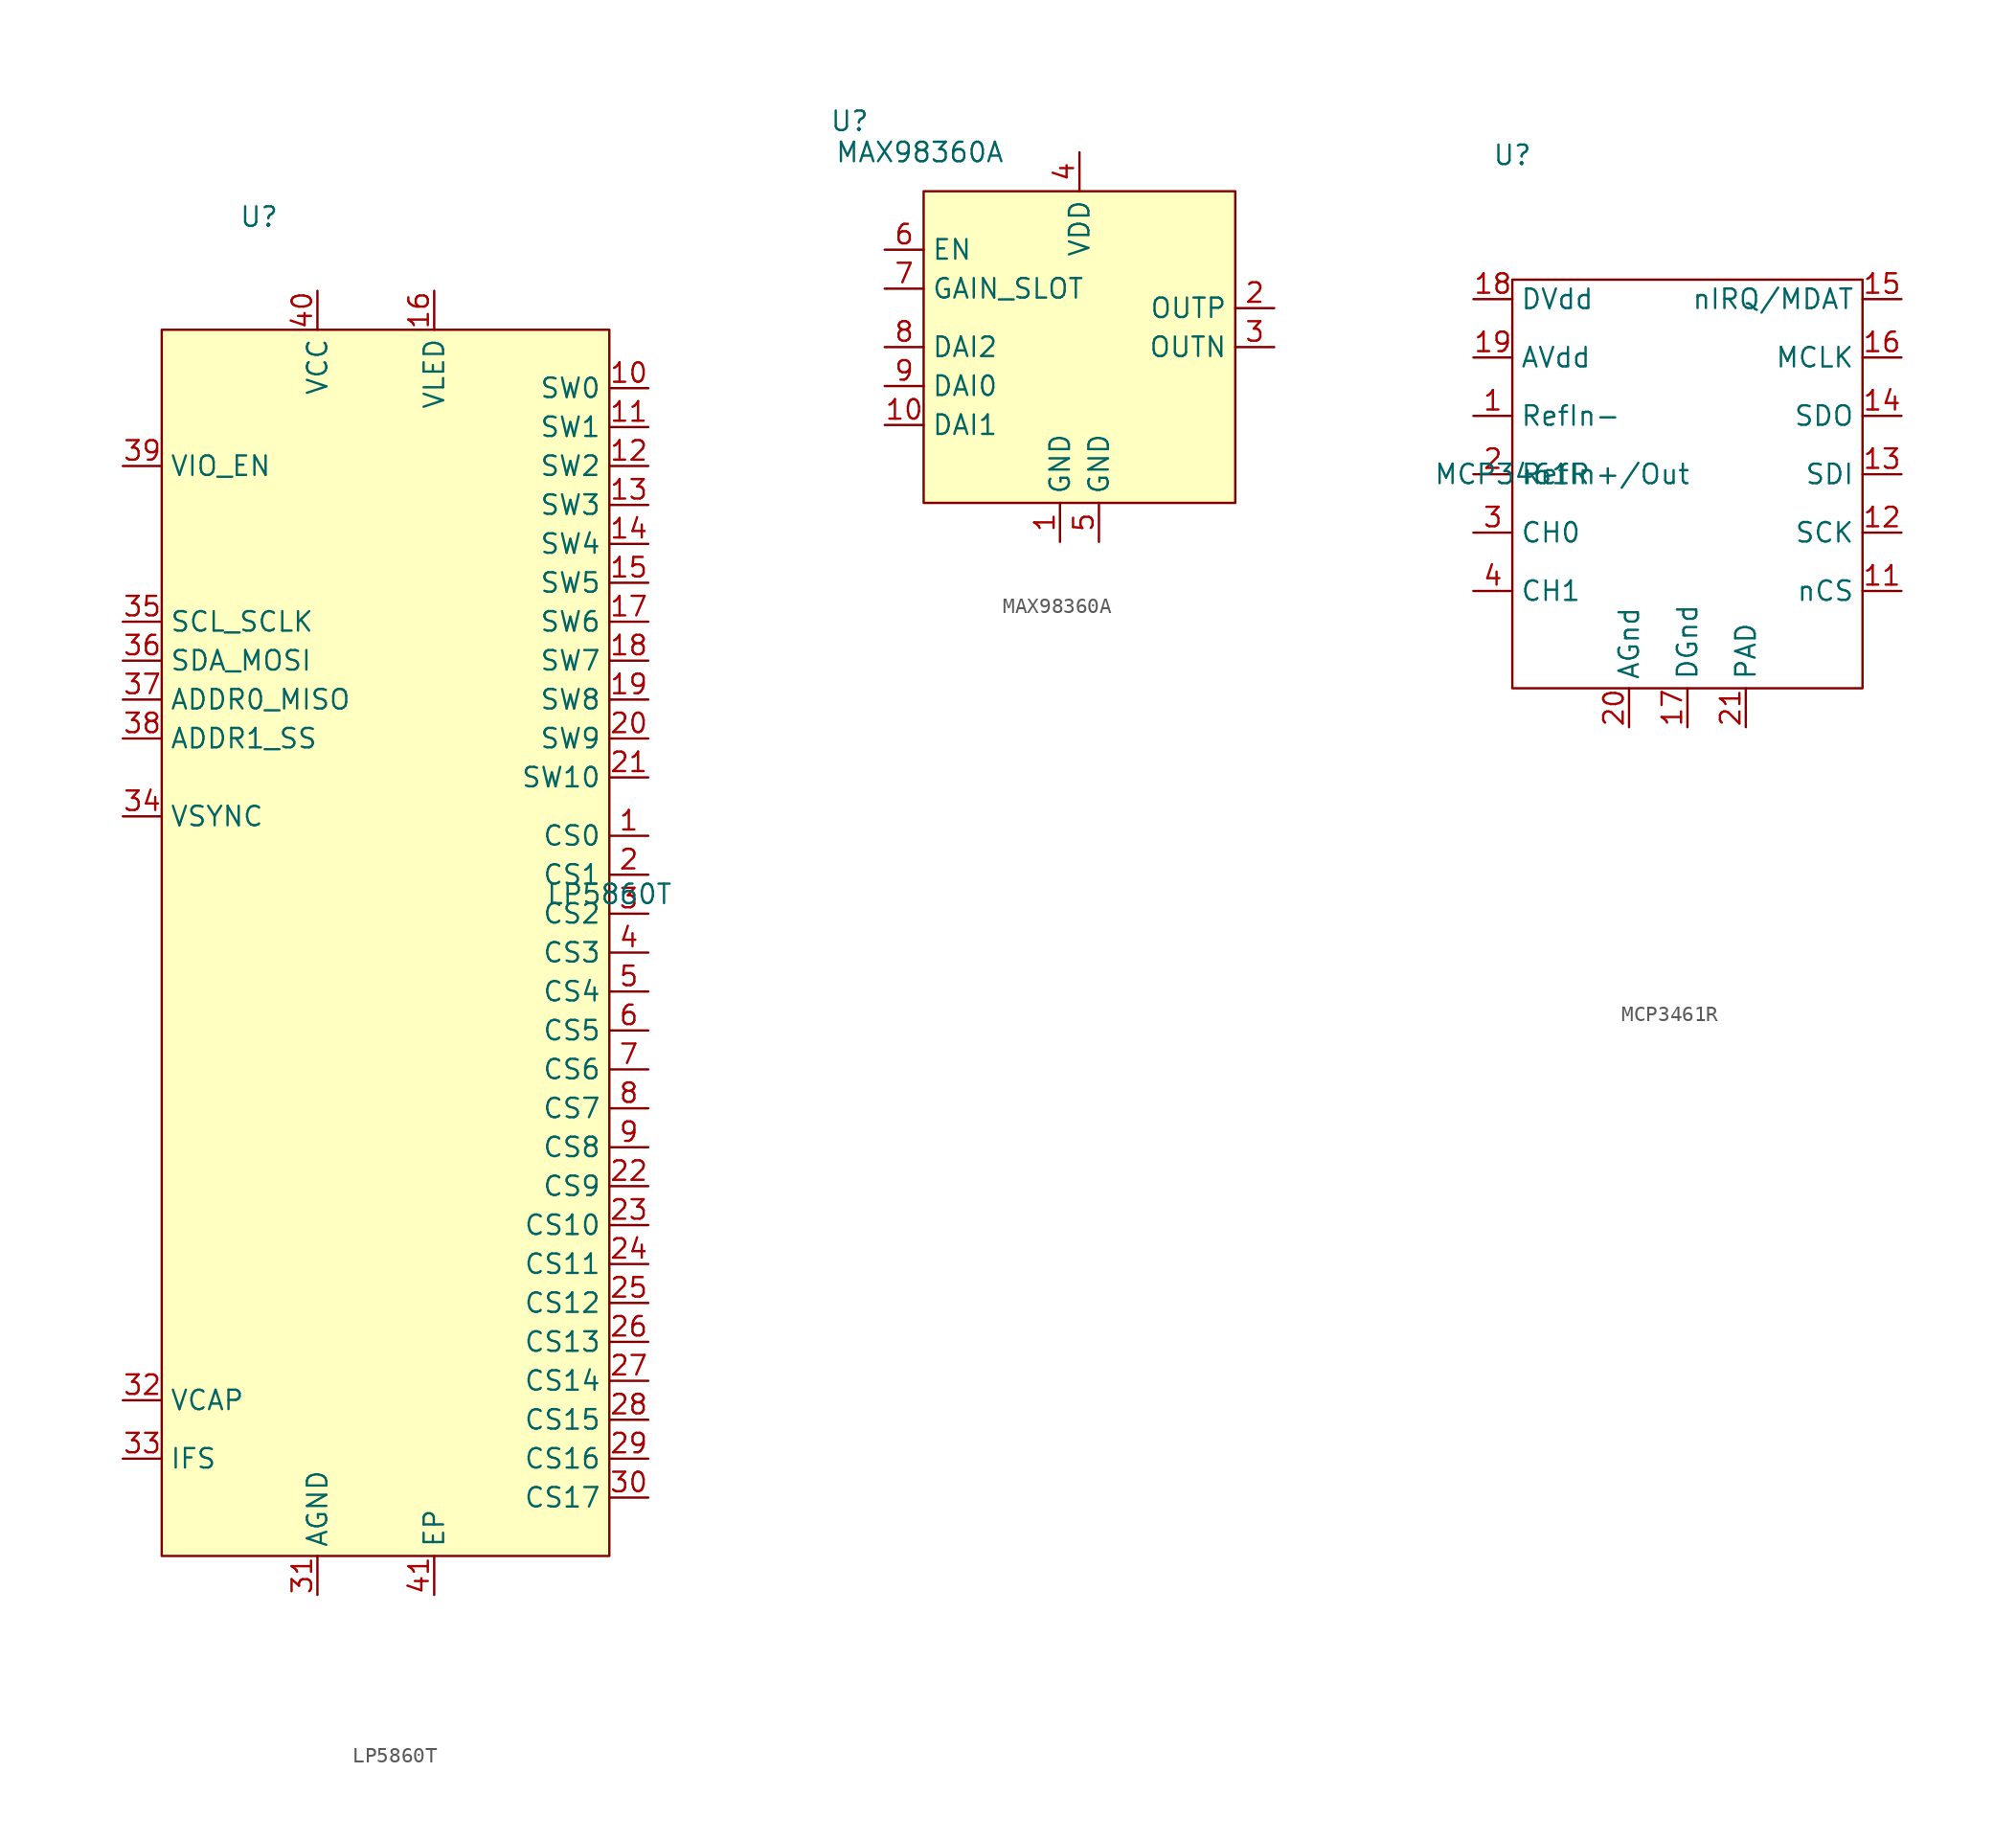
<source format=kicad_sym>
(kicad_symbol_lib
  (version 20231120)
  (generator "kicad_symbol_editor")
  (generator_version "8.0")
  (symbol "LP5860T"
    (property "Reference" "U"
      (at -7.62 7.366 0)
      (effects (font (size 1.27 1.27))))
    (property "Value" "LP5860T"
      (at 15.24 -36.83 0)
      (effects (font (size 1.27 1.27))))
    (symbol "LP5860T_0_1"
      (rectangle (start -13.97 0) (end 15.24 -80.01) (stroke (width 0) (type default)) (fill (type background))))
    (symbol "LP5860T_1_0"
      (pin output line (at 17.78 -3.81 180) (length 2.54) (name "SW0" (effects (font (size 1.27 1.27)))) (number "10" (effects (font (size 1.27 1.27)))))
      (pin output line (at 17.78 -6.35 180) (length 2.54) (name "SW1" (effects (font (size 1.27 1.27)))) (number "11" (effects (font (size 1.27 1.27)))))
      (pin output line (at 17.78 -8.89 180) (length 2.54) (name "SW2" (effects (font (size 1.27 1.27)))) (number "12" (effects (font (size 1.27 1.27)))))
      (pin output line (at 17.78 -11.43 180) (length 2.54) (name "SW3" (effects (font (size 1.27 1.27)))) (number "13" (effects (font (size 1.27 1.27)))))
      (pin output line (at 17.78 -13.97 180) (length 2.54) (name "SW4" (effects (font (size 1.27 1.27)))) (number "14" (effects (font (size 1.27 1.27)))))
      (pin output line (at 17.78 -16.51 180) (length 2.54) (name "SW5" (effects (font (size 1.27 1.27)))) (number "15" (effects (font (size 1.27 1.27)))))
      (pin power_in line (at 3.81 2.54 270) (length 2.54) (name "VLED" (effects (font (size 1.27 1.27)))) (number "16" (effects (font (size 1.27 1.27)))))
      (pin output line (at 17.78 -19.05 180) (length 2.54) (name "SW6" (effects (font (size 1.27 1.27)))) (number "17" (effects (font (size 1.27 1.27)))))
      (pin output line (at 17.78 -21.59 180) (length 2.54) (name "SW7" (effects (font (size 1.27 1.27)))) (number "18" (effects (font (size 1.27 1.27)))))
      (pin output line (at 17.78 -24.13 180) (length 2.54) (name "SW8" (effects (font (size 1.27 1.27)))) (number "19" (effects (font (size 1.27 1.27)))))
      (pin output line (at 17.78 -26.67 180) (length 2.54) (name "SW9" (effects (font (size 1.27 1.27)))) (number "20" (effects (font (size 1.27 1.27)))))
      (pin output line (at 17.78 -29.21 180) (length 2.54) (name "SW10" (effects (font (size 1.27 1.27)))) (number "21" (effects (font (size 1.27 1.27)))))
      (pin output line (at 17.78 -55.88 180) (length 2.54) (name "CS9" (effects (font (size 1.27 1.27)))) (number "22" (effects (font (size 1.27 1.27)))))
      (pin output line (at 17.78 -58.42 180) (length 2.54) (name "CS10" (effects (font (size 1.27 1.27)))) (number "23" (effects (font (size 1.27 1.27)))))
      (pin output line (at 17.78 -60.96 180) (length 2.54) (name "CS11" (effects (font (size 1.27 1.27)))) (number "24" (effects (font (size 1.27 1.27)))))
      (pin output line (at 17.78 -63.5 180) (length 2.54) (name "CS12" (effects (font (size 1.27 1.27)))) (number "25" (effects (font (size 1.27 1.27)))))
      (pin output line (at 17.78 -66.04 180) (length 2.54) (name "CS13" (effects (font (size 1.27 1.27)))) (number "26" (effects (font (size 1.27 1.27)))))
      (pin output line (at 17.78 -68.58 180) (length 2.54) (name "CS14" (effects (font (size 1.27 1.27)))) (number "27" (effects (font (size 1.27 1.27)))))
      (pin output line (at 17.78 -71.12 180) (length 2.54) (name "CS15" (effects (font (size 1.27 1.27)))) (number "28" (effects (font (size 1.27 1.27)))))
      (pin output line (at 17.78 -73.66 180) (length 2.54) (name "CS16" (effects (font (size 1.27 1.27)))) (number "29" (effects (font (size 1.27 1.27)))))
      (pin output line (at 17.78 -38.1 180) (length 2.54) (name "CS2" (effects (font (size 1.27 1.27)))) (number "3" (effects (font (size 1.27 1.27)))))
      (pin output line (at 17.78 -76.2 180) (length 2.54) (name "CS17" (effects (font (size 1.27 1.27)))) (number "30" (effects (font (size 1.27 1.27)))))
      (pin power_in line (at -3.81 -82.55 90) (length 2.54) (name "AGND" (effects (font (size 1.27 1.27)))) (number "31" (effects (font (size 1.27 1.27)))))
      (pin output line (at -16.51 -69.85 0) (length 2.54) (name "VCAP" (effects (font (size 1.27 1.27)))) (number "32" (effects (font (size 1.27 1.27)))))
      (pin input line (at -16.51 -73.66 0) (length 2.54) (name "IFS" (effects (font (size 1.27 1.27)))) (number "33" (effects (font (size 1.27 1.27)))))
      (pin input line (at -16.51 -31.75 0) (length 2.54) (name "VSYNC" (effects (font (size 1.27 1.27)))) (number "34" (effects (font (size 1.27 1.27)))))
      (pin input line (at -16.51 -19.05 0) (length 2.54) (name "SCL_SCLK" (effects (font (size 1.27 1.27)))) (number "35" (effects (font (size 1.27 1.27)))))
      (pin bidirectional line (at -16.51 -21.59 0) (length 2.54) (name "SDA_MOSI" (effects (font (size 1.27 1.27)))) (number "36" (effects (font (size 1.27 1.27)))))
      (pin bidirectional line (at -16.51 -24.13 0) (length 2.54) (name "ADDR0_MISO" (effects (font (size 1.27 1.27)))) (number "37" (effects (font (size 1.27 1.27)))))
      (pin input line (at -16.51 -26.67 0) (length 2.54) (name "ADDR1_SS" (effects (font (size 1.27 1.27)))) (number "38" (effects (font (size 1.27 1.27)))))
      (pin power_in line (at -16.51 -8.89 0) (length 2.54) (name "VIO_EN" (effects (font (size 1.27 1.27)))) (number "39" (effects (font (size 1.27 1.27)))))
      (pin output line (at 17.78 -40.64 180) (length 2.54) (name "CS3" (effects (font (size 1.27 1.27)))) (number "4" (effects (font (size 1.27 1.27)))))
      (pin power_in line (at -3.81 2.54 270) (length 2.54) (name "VCC" (effects (font (size 1.27 1.27)))) (number "40" (effects (font (size 1.27 1.27)))))
      (pin power_in line (at 3.81 -82.55 90) (length 2.54) (name "EP" (effects (font (size 1.27 1.27)))) (number "41" (effects (font (size 1.27 1.27)))))
      (pin output line (at 17.78 -43.18 180) (length 2.54) (name "CS4" (effects (font (size 1.27 1.27)))) (number "5" (effects (font (size 1.27 1.27)))))
      (pin output line (at 17.78 -45.72 180) (length 2.54) (name "CS5" (effects (font (size 1.27 1.27)))) (number "6" (effects (font (size 1.27 1.27)))))
      (pin output line (at 17.78 -48.26 180) (length 2.54) (name "CS6" (effects (font (size 1.27 1.27)))) (number "7" (effects (font (size 1.27 1.27)))))
      (pin output line (at 17.78 -50.8 180) (length 2.54) (name "CS7" (effects (font (size 1.27 1.27)))) (number "8" (effects (font (size 1.27 1.27)))))
      (pin output line (at 17.78 -53.34 180) (length 2.54) (name "CS8" (effects (font (size 1.27 1.27)))) (number "9" (effects (font (size 1.27 1.27))))))
    (symbol "LP5860T_1_1"
      (pin output line (at 17.78 -33.02 180) (length 2.54) (name "CS0" (effects (font (size 1.27 1.27)))) (number "1" (effects (font (size 1.27 1.27)))))
      (pin output line (at 17.78 -35.56 180) (length 2.54) (name "CS1" (effects (font (size 1.27 1.27)))) (number "2" (effects (font (size 1.27 1.27)))))))
  (symbol "MAX98360A"
    (property "Reference" "U"
      (at -2.286 0.762 0)
      (effects (font (size 1.27 1.27))))
    (property "Value" "MAX98360A"
      (at 2.286 -1.27 0)
      (effects (font (size 1.27 1.27))))
    (symbol "MAX98360A_0_0"
      (pin power_in line (at 11.43 -26.67 90) (length 2.54) (name "GND" (effects (font (size 1.27 1.27)))) (number "1" (effects (font (size 1.27 1.27)))))
      (pin input line (at 0 -19.05 0) (length 2.54) (name "DAI1" (effects (font (size 1.27 1.27)))) (number "10" (effects (font (size 1.27 1.27)))))
      (pin power_out line (at 25.4 -11.43 180) (length 2.54) (name "OUTP" (effects (font (size 1.27 1.27)))) (number "2" (effects (font (size 1.27 1.27)))))
      (pin power_out line (at 25.4 -13.97 180) (length 2.54) (name "OUTN" (effects (font (size 1.27 1.27)))) (number "3" (effects (font (size 1.27 1.27)))))
      (pin power_in line (at 12.7 -1.27 270) (length 2.54) (name "VDD" (effects (font (size 1.27 1.27)))) (number "4" (effects (font (size 1.27 1.27)))))
      (pin power_in line (at 13.97 -26.67 90) (length 2.54) (name "GND" (effects (font (size 1.27 1.27)))) (number "5" (effects (font (size 1.27 1.27)))))
      (pin input line (at 0 -7.62 0) (length 2.54) (name "EN" (effects (font (size 1.27 1.27)))) (number "6" (effects (font (size 1.27 1.27)))))
      (pin input line (at 0 -10.16 0) (length 2.54) (name "GAIN_SLOT" (effects (font (size 1.27 1.27)))) (number "7" (effects (font (size 1.27 1.27)))))
      (pin input line (at 0 -13.97 0) (length 2.54) (name "DAI2" (effects (font (size 1.27 1.27)))) (number "8" (effects (font (size 1.27 1.27)))))
      (pin input line (at 0 -16.51 0) (length 2.54) (name "DAI0" (effects (font (size 1.27 1.27)))) (number "9" (effects (font (size 1.27 1.27))))))
    (symbol "MAX98360A_1_1"
      (rectangle (start 2.54 -3.81) (end 22.86 -24.13) (stroke (width 0) (type default)) (fill (type background)))))
  (symbol "MCP3461R"
    (property "Reference" "U"
      (at 0 9.398 0)
      (effects (font (size 1.27 1.27))))
    (property "Value" "MCP3461R"
      (at 0 -11.43 0)
      (effects (font (size 1.27 1.27))))
    (symbol "MCP3461R_0_1"
      (rectangle (start 0 1.27) (end 22.86 -25.4) (stroke (width 0) (type default)) (fill (type none))))
    (symbol "MCP3461R_1_1"
      (pin input line (at -2.54 -7.62 0) (length 2.54) (name "RefIn-" (effects (font (size 1.27 1.27)))) (number "1" (effects (font (size 1.27 1.27)))))
      (pin no_connect line (at -2.54 -40.64 0) (length 2.54) hide (name "NC" (effects (font (size 1.27 1.27)))) (number "10" (effects (font (size 1.27 1.27)))))
      (pin input line (at 25.4 -19.05 180) (length 2.54) (name "nCS" (effects (font (size 1.27 1.27)))) (number "11" (effects (font (size 1.27 1.27)))))
      (pin input line (at 25.4 -15.24 180) (length 2.54) (name "SCK" (effects (font (size 1.27 1.27)))) (number "12" (effects (font (size 1.27 1.27)))))
      (pin input line (at 25.4 -11.43 180) (length 2.54) (name "SDI" (effects (font (size 1.27 1.27)))) (number "13" (effects (font (size 1.27 1.27)))))
      (pin input line (at 25.4 -7.62 180) (length 2.54) (name "SDO" (effects (font (size 1.27 1.27)))) (number "14" (effects (font (size 1.27 1.27)))))
      (pin power_in line (at 25.4 0 180) (length 2.54) (name "nIRQ/MDAT" (effects (font (size 1.27 1.27)))) (number "15" (effects (font (size 1.27 1.27)))))
      (pin power_in line (at 25.4 -3.81 180) (length 2.54) (name "MCLK" (effects (font (size 1.27 1.27)))) (number "16" (effects (font (size 1.27 1.27)))))
      (pin power_in line (at 11.43 -27.94 90) (length 2.54) (name "DGnd" (effects (font (size 1.27 1.27)))) (number "17" (effects (font (size 1.27 1.27)))))
      (pin power_in line (at -2.54 0 0) (length 2.54) (name "DVdd" (effects (font (size 1.27 1.27)))) (number "18" (effects (font (size 1.27 1.27)))))
      (pin power_in line (at -2.54 -3.81 0) (length 2.54) (name "AVdd" (effects (font (size 1.27 1.27)))) (number "19" (effects (font (size 1.27 1.27)))))
      (pin input line (at -2.54 -11.43 0) (length 2.54) (name "RefIn+/Out" (effects (font (size 1.27 1.27)))) (number "2" (effects (font (size 1.27 1.27)))))
      (pin power_in line (at 7.62 -27.94 90) (length 2.54) (name "AGnd" (effects (font (size 1.27 1.27)))) (number "20" (effects (font (size 1.27 1.27)))))
      (pin power_in line (at 15.24 -27.94 90) (length 2.54) (name "PAD" (effects (font (size 1.27 1.27)))) (number "21" (effects (font (size 1.27 1.27)))))
      (pin input line (at -2.54 -15.24 0) (length 2.54) (name "CH0" (effects (font (size 1.27 1.27)))) (number "3" (effects (font (size 1.27 1.27)))))
      (pin input line (at -2.54 -19.05 0) (length 2.54) (name "CH1" (effects (font (size 1.27 1.27)))) (number "4" (effects (font (size 1.27 1.27)))))
      (pin no_connect line (at -2.54 -27.94 0) (length 2.54) hide (name "NC" (effects (font (size 1.27 1.27)))) (number "5" (effects (font (size 1.27 1.27)))))
      (pin no_connect line (at -2.54 -30.48 0) (length 2.54) hide (name "NC" (effects (font (size 1.27 1.27)))) (number "6" (effects (font (size 1.27 1.27)))))
      (pin no_connect line (at -2.54 -33.02 0) (length 2.54) hide (name "NC" (effects (font (size 1.27 1.27)))) (number "7" (effects (font (size 1.27 1.27)))))
      (pin no_connect line (at -2.54 -35.56 0) (length 2.54) hide (name "NC" (effects (font (size 1.27 1.27)))) (number "8" (effects (font (size 1.27 1.27)))))
      (pin no_connect line (at -2.54 -38.1 0) (length 2.54) hide (name "NC" (effects (font (size 1.27 1.27)))) (number "9" (effects (font (size 1.27 1.27))))))))
</source>
